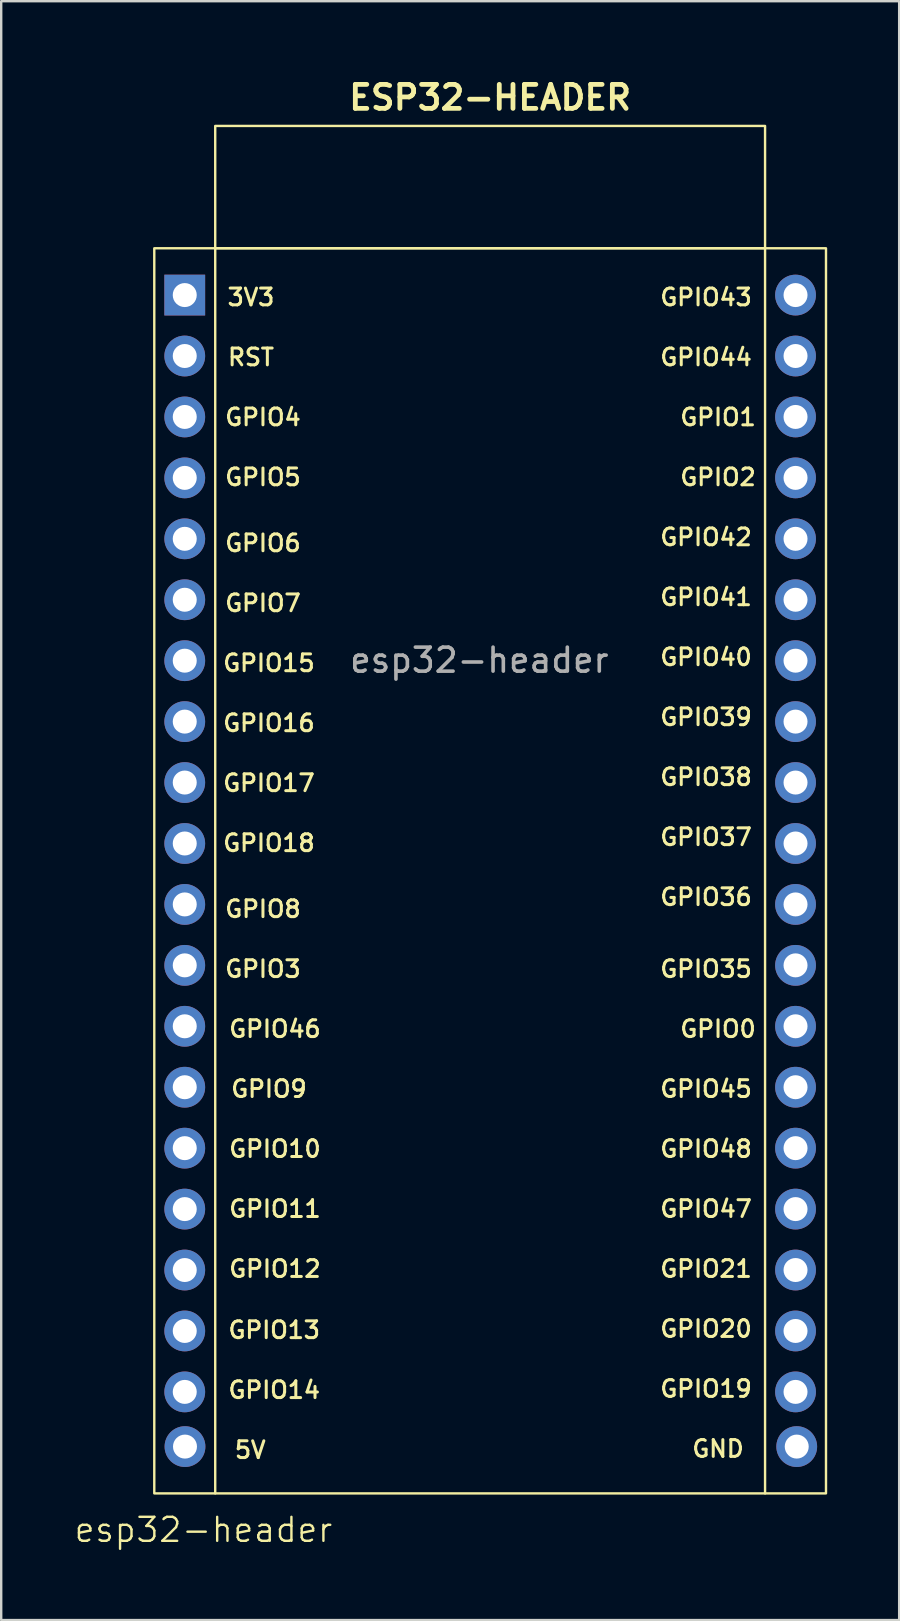
<source format=kicad_pcb>
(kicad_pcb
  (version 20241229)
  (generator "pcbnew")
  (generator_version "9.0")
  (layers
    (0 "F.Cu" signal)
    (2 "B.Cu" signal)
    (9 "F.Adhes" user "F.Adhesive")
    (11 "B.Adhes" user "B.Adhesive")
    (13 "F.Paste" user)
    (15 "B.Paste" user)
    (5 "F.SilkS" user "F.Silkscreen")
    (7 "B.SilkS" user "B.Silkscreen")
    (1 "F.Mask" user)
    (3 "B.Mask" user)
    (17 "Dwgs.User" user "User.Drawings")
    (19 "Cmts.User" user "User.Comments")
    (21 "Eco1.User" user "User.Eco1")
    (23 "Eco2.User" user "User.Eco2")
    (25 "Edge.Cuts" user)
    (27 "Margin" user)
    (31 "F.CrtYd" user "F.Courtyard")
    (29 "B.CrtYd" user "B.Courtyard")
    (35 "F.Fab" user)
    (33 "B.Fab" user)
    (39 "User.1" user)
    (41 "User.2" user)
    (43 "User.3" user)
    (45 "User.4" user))
  (footprint "esp32-header"
    (layer "F.Cu")
    (at 17.381 22.25)
    (property "Reference" "esp32-header" (at -11.95 38.47 0) (unlocked yes) (layer "F.SilkS") (effects (font (size 1 1) (thickness 0.1))))
    (attr smd)
    (fp_line (start -11.46 -14.95) (end -11.46 36.95) (stroke (width 0.1) (type solid)) (layer "F.SilkS"))
    (fp_line (start 11.46 -14.95) (end 11.46 36.95) (stroke (width 0.1) (type solid)) (layer "F.SilkS"))
    (fp_rect (start -14 -14.95) (end 14 36.95) (stroke (width 0.1) (type solid)) (fill no) (layer "F.SilkS"))
    (fp_rect (start -11.46 -20.05) (end 11.46 -14.955) (stroke (width 0.1) (type default)) (fill no) (layer "F.SilkS"))
    (fp_text user "GPIO11" (at -8.97 25.5 0) (unlocked yes) (layer "F.SilkS") (effects (font (size 0.7 0.7) (thickness 0.125)) (justify bottom)))
    (fp_text user "GPIO4" (at -9.47 -7.5 0) (unlocked yes) (layer "F.SilkS") (effects (font (size 0.7 0.7) (thickness 0.125)) (justify bottom)))
    (fp_text user "GND" (at 9.5 35.5 0) (unlocked yes) (layer "F.SilkS") (effects (font (size 0.7 0.7) (thickness 0.125)) (justify bottom)))
    (fp_text user "GPIO45" (at 9 20.5 0) (unlocked yes) (layer "F.SilkS") (effects (font (size 0.7 0.7) (thickness 0.125)) (justify bottom)))
    (fp_text user "GPIO8" (at -9.47 13 0) (unlocked yes) (layer "F.SilkS") (effects (font (size 0.7 0.7) (thickness 0.125)) (justify bottom)))
    (fp_text user "GPIO37" (at 9 10 0) (unlocked yes) (layer "F.SilkS") (effects (font (size 0.7 0.7) (thickness 0.125)) (justify bottom)))
    (fp_text user "GPIO9" (at -9.22 20.5 0) (unlocked yes) (layer "F.SilkS") (effects (font (size 0.7 0.7) (thickness 0.125)) (justify bottom)))
    (fp_text user "GPIO16" (at -9.22 5.25 0) (unlocked yes) (layer "F.SilkS") (effects (font (size 0.7 0.7) (thickness 0.125)) (justify bottom)))
    (fp_text user "GPIO12" (at -8.97 28 0) (unlocked yes) (layer "F.SilkS") (effects (font (size 0.7 0.7) (thickness 0.125)) (justify bottom)))
    (fp_text user "GPIO43" (at 9 -12.5 0) (unlocked yes) (layer "F.SilkS") (effects (font (size 0.7 0.7) (thickness 0.125)) (justify bottom)))
    (fp_text user "GPIO35" (at 9 15.5 0) (unlocked yes) (layer "F.SilkS") (effects (font (size 0.7 0.7) (thickness 0.125)) (justify bottom)))
    (fp_text user "GPIO18" (at -9.22 10.25 0) (unlocked yes) (layer "F.SilkS") (effects (font (size 0.7 0.7) (thickness 0.125)) (justify bottom)))
    (fp_text user "GPIO2" (at 9.5 -5 0) (unlocked yes) (layer "F.SilkS") (effects (font (size 0.7 0.7) (thickness 0.125)) (justify bottom)))
    (fp_text user "GPIO15" (at -9.22 2.75 0) (unlocked yes) (layer "F.SilkS") (effects (font (size 0.7 0.7) (thickness 0.125)) (justify bottom)))
    (fp_text user "GPIO39" (at 9 5 0) (unlocked yes) (layer "F.SilkS") (effects (font (size 0.7 0.7) (thickness 0.125)) (justify bottom)))
    (fp_text user "GPIO38" (at 9 7.5 0) (unlocked yes) (layer "F.SilkS") (effects (font (size 0.7 0.7) (thickness 0.125)) (justify bottom)))
    (fp_text user "GPIO44" (at 9 -10 0) (unlocked yes) (layer "F.SilkS") (effects (font (size 0.7 0.7) (thickness 0.125)) (justify bottom)))
    (fp_text user "GPIO20" (at 9 30.5 0) (unlocked yes) (layer "F.SilkS") (effects (font (size 0.7 0.7) (thickness 0.125)) (justify bottom)))
    (fp_text user "GPIO47" (at 9 25.5 0) (unlocked yes) (layer "F.SilkS") (effects (font (size 0.7 0.7) (thickness 0.125)) (justify bottom)))
    (fp_text user "GPIO46" (at -8.97 18 0) (unlocked yes) (layer "F.SilkS") (effects (font (size 0.7 0.7) (thickness 0.125)) (justify bottom)))
    (fp_text user "ESP32-HEADER" (at 0 -20.65 0) (unlocked yes) (layer "F.SilkS") (effects (font (size 1 1) (thickness 0.2) (bold yes)) (justify bottom)))
    (fp_text user "GPIO19" (at 9 33 0) (unlocked yes) (layer "F.SilkS") (effects (font (size 0.7 0.7) (thickness 0.125)) (justify bottom)))
    (fp_text user "GPIO3" (at -9.47 15.5 0) (unlocked yes) (layer "F.SilkS") (effects (font (size 0.7 0.7) (thickness 0.125)) (justify bottom)))
    (fp_text user "GPIO36" (at 9 12.5 0) (unlocked yes) (layer "F.SilkS") (effects (font (size 0.7 0.7) (thickness 0.125)) (justify bottom)))
    (fp_text user "GPIO10" (at -8.97 23 0) (unlocked yes) (layer "F.SilkS") (effects (font (size 0.7 0.7) (thickness 0.125)) (justify bottom)))
    (fp_text user "GPIO41" (at 9 0 0) (unlocked yes) (layer "F.SilkS") (effects (font (size 0.7 0.7) (thickness 0.125)) (justify bottom)))
    (fp_text user "GPIO7" (at -9.47 0.25 0) (unlocked yes) (layer "F.SilkS") (effects (font (size 0.7 0.7) (thickness 0.125)) (justify bottom)))
    (fp_text user "GPIO48" (at 9 23 0) (unlocked yes) (layer "F.SilkS") (effects (font (size 0.7 0.7) (thickness 0.125)) (justify bottom)))
    (fp_text user "GPIO14" (at -9 33.05 0) (unlocked yes) (layer "F.SilkS") (effects (font (size 0.7 0.7) (thickness 0.125)) (justify bottom)))
    (fp_text user "GPIO5" (at -9.47 -5 0) (unlocked yes) (layer "F.SilkS") (effects (font (size 0.7 0.7) (thickness 0.125)) (justify bottom)))
    (fp_text user "3V3" (at -9.97 -12.5 0) (unlocked yes) (layer "F.SilkS") (effects (font (size 0.7 0.7) (thickness 0.125)) (justify bottom)))
    (fp_text user "RST" (at -9.97 -10 0) (unlocked yes) (layer "F.SilkS") (effects (font (size 0.7 0.7) (thickness 0.125)) (justify bottom)))
    (fp_text user "GPIO17" (at -9.22 7.75 0) (unlocked yes) (layer "F.SilkS") (effects (font (size 0.7 0.7) (thickness 0.125)) (justify bottom)))
    (fp_text user "GPIO21" (at 9 28 0) (unlocked yes) (layer "F.SilkS") (effects (font (size 0.7 0.7) (thickness 0.125)) (justify bottom)))
    (fp_text user "GPIO0" (at 9.5 18 0) (unlocked yes) (layer "F.SilkS") (effects (font (size 0.7 0.7) (thickness 0.125)) (justify bottom)))
    (fp_text user "5V" (at -10 35.55 0) (unlocked yes) (layer "F.SilkS") (effects (font (size 0.7 0.7) (thickness 0.125)) (justify bottom)))
    (fp_text user "GPIO42" (at 9 -2.5 0) (unlocked yes) (layer "F.SilkS") (effects (font (size 0.7 0.7) (thickness 0.125)) (justify bottom)))
    (fp_text user "GPIO1" (at 9.5 -7.5 0) (unlocked yes) (layer "F.SilkS") (effects (font (size 0.7 0.7) (thickness 0.125)) (justify bottom)))
    (fp_text user "GPIO13" (at -9 30.55 0) (unlocked yes) (layer "F.SilkS") (effects (font (size 0.7 0.7) (thickness 0.125)) (justify bottom)))
    (fp_text user "GPIO40" (at 9 2.5 0) (unlocked yes) (layer "F.SilkS") (effects (font (size 0.7 0.7) (thickness 0.125)) (justify bottom)))
    (fp_text user "GPIO6" (at -9.47 -2.25 0) (unlocked yes) (layer "F.SilkS") (effects (font (size 0.7 0.7) (thickness 0.125)) (justify bottom)))
    (fp_text user "${REFERENCE}" (at -0.45 2.22 0) (unlocked yes) (layer "F.Fab") (effects (font (size 1 1) (thickness 0.15))))
    (pad "1" thru_hole rect (at -12.73 -13) (size 1.7 1.7) (drill 1) (layers "*.Cu" "*.Mask"))
    (pad "2" thru_hole circle (at 12.73 -13) (size 1.7 1.7) (drill 1) (layers "*.Cu" "*.Mask"))
    (pad "3" thru_hole circle (at -12.73 -10.46) (size 1.7 1.7) (drill 1) (layers "*.Cu" "*.Mask"))
    (pad "4" thru_hole circle (at 12.73 -10.46) (size 1.7 1.7) (drill 1) (layers "*.Cu" "*.Mask"))
    (pad "5" thru_hole circle (at -12.73 -7.92) (size 1.7 1.7) (drill 1) (layers "*.Cu" "*.Mask"))
    (pad "6" thru_hole circle (at 12.73 -7.92) (size 1.7 1.7) (drill 1) (layers "*.Cu" "*.Mask"))
    (pad "7" thru_hole circle (at -12.73 -5.38) (size 1.7 1.7) (drill 1) (layers "*.Cu" "*.Mask"))
    (pad "8" thru_hole circle (at 12.73 -5.38) (size 1.7 1.7) (drill 1) (layers "*.Cu" "*.Mask"))
    (pad "9" thru_hole circle (at -12.73 -2.84) (size 1.7 1.7) (drill 1) (layers "*.Cu" "*.Mask"))
    (pad "10" thru_hole circle (at 12.73 -2.84) (size 1.7 1.7) (drill 1) (layers "*.Cu" "*.Mask"))
    (pad "11" thru_hole circle (at -12.73 -0.3) (size 1.7 1.7) (drill 1) (layers "*.Cu" "*.Mask"))
    (pad "12" thru_hole circle (at 12.73 -0.3) (size 1.7 1.7) (drill 1) (layers "*.Cu" "*.Mask"))
    (pad "13" thru_hole circle (at -12.73 2.24) (size 1.7 1.7) (drill 1) (layers "*.Cu" "*.Mask"))
    (pad "14" thru_hole circle (at 12.73 2.24) (size 1.7 1.7) (drill 1) (layers "*.Cu" "*.Mask"))
    (pad "15" thru_hole circle (at -12.73 4.78) (size 1.7 1.7) (drill 1) (layers "*.Cu" "*.Mask"))
    (pad "16" thru_hole circle (at 12.73 4.78) (size 1.7 1.7) (drill 1) (layers "*.Cu" "*.Mask"))
    (pad "17" thru_hole circle (at -12.73 7.32) (size 1.7 1.7) (drill 1) (layers "*.Cu" "*.Mask"))
    (pad "18" thru_hole circle (at 12.73 7.32) (size 1.7 1.7) (drill 1) (layers "*.Cu" "*.Mask"))
    (pad "19" thru_hole circle (at -12.73 9.86) (size 1.7 1.7) (drill 1) (layers "*.Cu" "*.Mask"))
    (pad "20" thru_hole circle (at 12.73 9.86) (size 1.7 1.7) (drill 1) (layers "*.Cu" "*.Mask"))
    (pad "21" thru_hole circle (at -12.73 12.4) (size 1.7 1.7) (drill 1) (layers "*.Cu" "*.Mask"))
    (pad "22" thru_hole circle (at 12.73 12.4) (size 1.7 1.7) (drill 1) (layers "*.Cu" "*.Mask"))
    (pad "23" thru_hole circle (at -12.73 14.94) (size 1.7 1.7) (drill 1) (layers "*.Cu" "*.Mask"))
    (pad "24" thru_hole circle (at 12.73 14.94) (size 1.7 1.7) (drill 1) (layers "*.Cu" "*.Mask"))
    (pad "25" thru_hole circle (at -12.73 17.48) (size 1.7 1.7) (drill 1) (layers "*.Cu" "*.Mask"))
    (pad "26" thru_hole circle (at 12.73 17.48) (size 1.7 1.7) (drill 1) (layers "*.Cu" "*.Mask"))
    (pad "27" thru_hole circle (at -12.73 20.02) (size 1.7 1.7) (drill 1) (layers "*.Cu" "*.Mask"))
    (pad "28" thru_hole circle (at 12.73 20.02) (size 1.7 1.7) (drill 1) (layers "*.Cu" "*.Mask"))
    (pad "29" thru_hole circle (at -12.73 22.56) (size 1.7 1.7) (drill 1) (layers "*.Cu" "*.Mask"))
    (pad "30" thru_hole circle (at 12.73 22.56) (size 1.7 1.7) (drill 1) (layers "*.Cu" "*.Mask"))
    (pad "31" thru_hole circle (at -12.73 25.1) (size 1.7 1.7) (drill 1) (layers "*.Cu" "*.Mask"))
    (pad "32" thru_hole circle (at 12.73 25.1) (size 1.7 1.7) (drill 1) (layers "*.Cu" "*.Mask"))
    (pad "33" thru_hole circle (at -12.73 27.64) (size 1.7 1.7) (drill 1) (layers "*.Cu" "*.Mask"))
    (pad "34" thru_hole circle (at 12.73 27.64) (size 1.7 1.7) (drill 1) (layers "*.Cu" "*.Mask"))
    (pad "35" thru_hole circle (at -12.73 30.18) (size 1.7 1.7) (drill 1) (layers "*.Cu" "*.Mask"))
    (pad "36" thru_hole circle (at 12.73 30.18) (size 1.7 1.7) (drill 1) (layers "*.Cu" "*.Mask"))
    (pad "37" thru_hole circle (at -12.73 32.72) (size 1.7 1.7) (drill 1) (layers "*.Cu" "*.Mask"))
    (pad "38" thru_hole circle (at 12.73 32.72) (size 1.7 1.7) (drill 1) (layers "*.Cu" "*.Mask"))
    (pad "39" thru_hole circle (at -12.72 35) (size 1.7 1.7) (drill 1) (layers "*.Cu" "*.Mask"))
    (pad "40" thru_hole circle (at 12.78 35) (size 1.7 1.7) (drill 1) (layers "*.Cu" "*.Mask"))
    (zone (net_name "") (layer "F.SilkS") (hatch edge 0.5) (connect_pads) (min_thickness 0.25) (filled_areas_thickness no) (keepout (tracks allowed) (vias allowed) (pads not_allowed) (copperpour allowed) (footprints not_allowed)) (placement (enabled no)) (fill) (polygon (pts (xy 3.381 7.3) (xy 31.381 7.3) (xy 31.381 59.2) (xy 3.381 59.2)))))
  (gr_rect
    (start -3 -3)
    (end 34.431 64.481)
    (stroke (width 0.1) (type default))
    (fill no)
    (layer "Edge.Cuts")))
</source>
